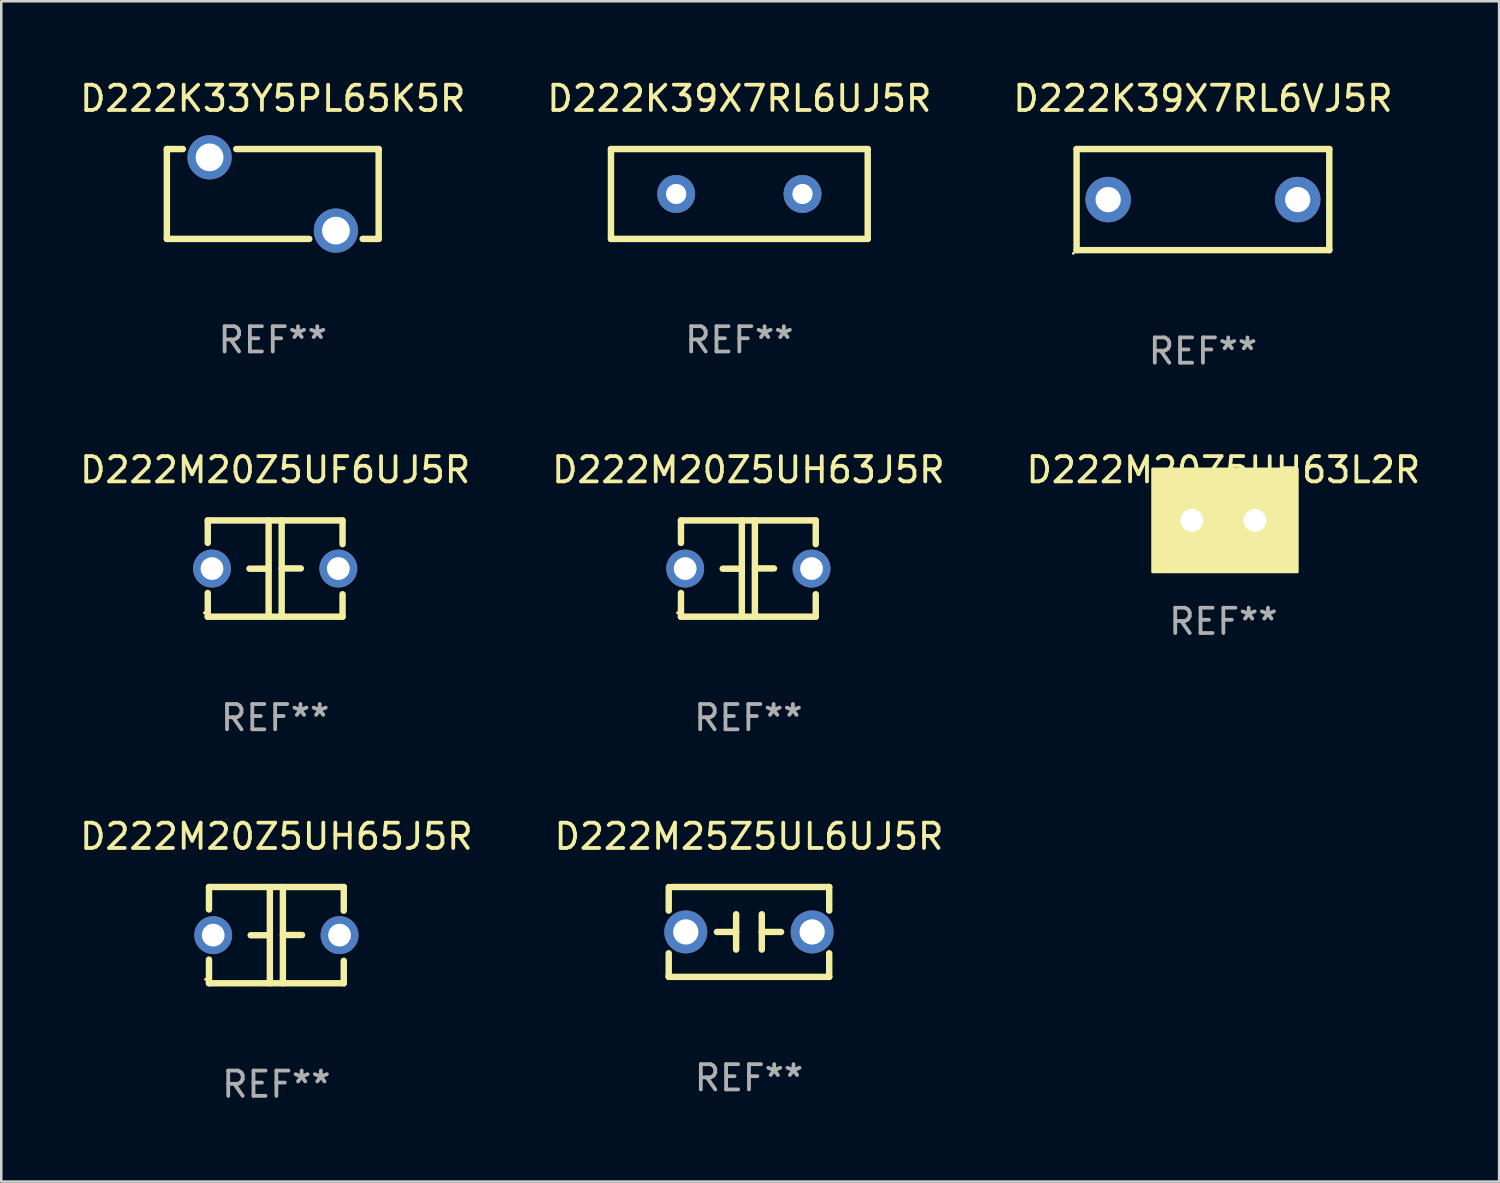
<source format=kicad_pcb>
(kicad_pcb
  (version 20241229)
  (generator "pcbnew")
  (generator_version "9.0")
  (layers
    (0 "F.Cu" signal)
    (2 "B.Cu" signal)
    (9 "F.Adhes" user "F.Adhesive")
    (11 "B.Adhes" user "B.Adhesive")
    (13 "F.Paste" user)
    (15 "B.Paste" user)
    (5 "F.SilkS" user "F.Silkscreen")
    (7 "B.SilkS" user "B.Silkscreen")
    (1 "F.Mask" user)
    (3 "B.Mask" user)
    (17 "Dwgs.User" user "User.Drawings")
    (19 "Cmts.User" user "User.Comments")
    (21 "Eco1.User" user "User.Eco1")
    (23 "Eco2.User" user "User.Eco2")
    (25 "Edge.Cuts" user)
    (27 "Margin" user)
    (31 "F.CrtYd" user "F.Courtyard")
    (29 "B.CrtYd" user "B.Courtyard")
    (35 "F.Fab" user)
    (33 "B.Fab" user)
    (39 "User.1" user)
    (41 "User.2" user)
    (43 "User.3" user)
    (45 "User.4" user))
  (footprint "D222M20Z5UH65J5R"
    (layer "F.Cu")
    (at 7.887 33.956)
    (property "Reference" "D222M20Z5UH65J5R" (at 0 -3.905 0) (layer "F.SilkS") (effects (font (size 1 1) (thickness 0.15))))
    (attr through_hole)
    (fp_line (start -2.667 -1.905) (end -2.667 -1.016) (stroke (width 0.254) (type solid)) (layer "F.SilkS"))
    (fp_line (start -2.667 0.967) (end -2.667 1.905) (stroke (width 0.254) (type solid)) (layer "F.SilkS"))
    (fp_line (start -2.667 1.905) (end 2.667 1.905) (stroke (width 0.254) (type solid)) (layer "F.SilkS"))
    (fp_line (start -0.258 0.005) (end -1.016 0.005) (stroke (width 0.254) (type solid)) (layer "F.SilkS"))
    (fp_line (start -0.258 1.905) (end -0.258 -1.905) (stroke (width 0.254) (type solid)) (layer "F.SilkS"))
    (fp_line (start 0.258 -1.905) (end 0.258 1.905) (stroke (width 0.254) (type solid)) (layer "F.SilkS"))
    (fp_line (start 0.258 -0.005) (end 1.016 -0.005) (stroke (width 0.254) (type solid)) (layer "F.SilkS"))
    (fp_line (start 2.667 -1.905) (end -2.667 -1.905) (stroke (width 0.254) (type solid)) (layer "F.SilkS"))
    (fp_line (start 2.667 -0.967) (end 2.667 -1.905) (stroke (width 0.254) (type solid)) (layer "F.SilkS"))
    (fp_line (start 2.667 1.905) (end 2.667 1.016) (stroke (width 0.254) (type solid)) (layer "F.SilkS"))
    (fp_circle (center -2.8 1.75) (end -2.77 1.75) (stroke (width 0.06) (type solid)) (fill no) (layer "F.SilkS"))
    (fp_text user "REF**" (at 0 5.905 0) (layer "F.Fab") (effects (font (size 1 1) (thickness 0.15))))
    (pad "1" thru_hole circle (at -2.5 0) (size 1.5 1.5) (drill 0.9) (layers "*.Cu" "*.Mask"))
    (pad "2" thru_hole circle (at 2.5 0) (size 1.5 1.5) (drill 0.9) (layers "*.Cu" "*.Mask")))
  (footprint "D222M20Z5UH63L2R"
    (layer "F.Cu")
    (at 45.363 17.545)
    (property "Reference" "D222M20Z5UH63L2R" (at 0 -2 0) (layer "F.SilkS") (effects (font (size 1 1) (thickness 0.15))))
    (attr through_hole)
    (fp_circle (center -2.5 1.75) (end -2.47 1.75) (stroke (width 0.06) (type solid)) (fill no) (layer "F.SilkS"))
    (fp_poly (pts (xy -2.794 -2.032) (xy 2.921 -2.032) (xy 2.921 2.032) (xy -2.794 2.032)) (stroke (width 0.12) (type solid)) (fill yes) (layer "F.SilkS"))
    (fp_text user "REF**" (at 0 4 0) (layer "F.Fab") (effects (font (size 1 1) (thickness 0.15))))
    (pad "1" thru_hole circle (at -1.25 0) (size 1.5 1.5) (drill 0.9) (layers "*.Cu" "*.Mask"))
    (pad "2" thru_hole circle (at 1.25 0) (size 1.5 1.5) (drill 0.9) (layers "*.Cu" "*.Mask")))
  (footprint "D222M25Z5UL6UJ5R"
    (layer "F.Cu")
    (at 26.589 33.829)
    (property "Reference" "D222M25Z5UL6UJ5R" (at 0 -3.778 0) (layer "F.SilkS") (effects (font (size 1 1) (thickness 0.15))))
    (attr through_hole)
    (fp_line (start -3.175 -1.778) (end -3.175 -0.844) (stroke (width 0.254) (type solid)) (layer "F.SilkS"))
    (fp_line (start -3.175 0.844) (end -3.175 1.778) (stroke (width 0.254) (type solid)) (layer "F.SilkS"))
    (fp_line (start -3.175 1.778) (end 3.175 1.778) (stroke (width 0.254) (type solid)) (layer "F.SilkS"))
    (fp_line (start -0.508 -0.699) (end -0.508 0.699) (stroke (width 0.254) (type solid)) (layer "F.SilkS"))
    (fp_line (start -0.508 0.001) (end -1.27 0.001) (stroke (width 0.254) (type solid)) (layer "F.SilkS"))
    (fp_line (start 0.508 0.001) (end 1.27 0.001) (stroke (width 0.254) (type solid)) (layer "F.SilkS"))
    (fp_line (start 0.508 0.699) (end 0.508 -0.699) (stroke (width 0.254) (type solid)) (layer "F.SilkS"))
    (fp_line (start 3.175 -1.778) (end -3.048 -1.778) (stroke (width 0.254) (type solid)) (layer "F.SilkS"))
    (fp_line (start 3.175 -0.844) (end 3.175 -1.778) (stroke (width 0.254) (type solid)) (layer "F.SilkS"))
    (fp_line (start 3.175 1.778) (end 3.175 0.844) (stroke (width 0.254) (type solid)) (layer "F.SilkS"))
    (fp_circle (center -3.25 1.75) (end -3.22 1.75) (stroke (width 0.06) (type solid)) (fill no) (layer "F.SilkS"))
    (fp_text user "REF**" (at 0 5.778 0) (layer "F.Fab") (effects (font (size 1 1) (thickness 0.15))))
    (pad "1" thru_hole circle (at -2.5 0) (size 1.7 1.7) (drill 1) (layers "*.Cu" "*.Mask"))
    (pad "2" thru_hole circle (at 2.5 0) (size 1.7 1.7) (drill 1) (layers "*.Cu" "*.Mask")))
  (footprint "D222K33Y5PL65K5R"
    (layer "F.Cu")
    (at 7.744 4.626)
    (property "Reference" "D222K33Y5PL65K5R" (at 0 -3.778 0) (layer "F.SilkS") (effects (font (size 1 1) (thickness 0.15))))
    (attr through_hole)
    (fp_line (start -4.191 -1.778) (end -3.556 -1.778) (stroke (width 0.254) (type solid)) (layer "F.SilkS"))
    (fp_line (start -4.191 1.778) (end -4.191 -1.778) (stroke (width 0.254) (type solid)) (layer "F.SilkS"))
    (fp_line (start -1.444 -1.778) (end 4.191 -1.778) (stroke (width 0.254) (type solid)) (layer "F.SilkS"))
    (fp_line (start 1.444 1.778) (end -4.191 1.778) (stroke (width 0.254) (type solid)) (layer "F.SilkS"))
    (fp_line (start 4.191 -1.778) (end 4.191 1.778) (stroke (width 0.254) (type solid)) (layer "F.SilkS"))
    (fp_line (start 4.191 1.778) (end 3.556 1.778) (stroke (width 0.254) (type solid)) (layer "F.SilkS"))
    (fp_circle (center -4.25 1.75) (end -4.22 1.75) (stroke (width 0.06) (type solid)) (fill no) (layer "F.SilkS"))
    (fp_text user "REF**" (at 0 5.778 0) (layer "F.Fab") (effects (font (size 1 1) (thickness 0.15))))
    (pad "1" thru_hole circle (at -2.5 -1.45) (size 1.75 1.75) (drill 1.1) (layers "*.Cu" "*.Mask"))
    (pad "2" thru_hole circle (at 2.5 1.45) (size 1.75 1.75) (drill 1.1) (layers "*.Cu" "*.Mask")))
  (footprint "D222K39X7RL6UJ5R"
    (layer "F.Cu")
    (at 26.208 4.626)
    (property "Reference" "D222K39X7RL6UJ5R" (at 0 -3.778 0) (layer "F.SilkS") (effects (font (size 1 1) (thickness 0.15))))
    (attr through_hole)
    (fp_line (start -5.08 -1.778) (end 5.08 -1.778) (stroke (width 0.254) (type solid)) (layer "F.SilkS"))
    (fp_line (start -5.08 1.778) (end -5.08 -1.778) (stroke (width 0.254) (type solid)) (layer "F.SilkS"))
    (fp_line (start 5.08 -1.778) (end 5.08 1.778) (stroke (width 0.254) (type solid)) (layer "F.SilkS"))
    (fp_line (start 5.08 1.778) (end -5.08 1.778) (stroke (width 0.254) (type solid)) (layer "F.SilkS"))
    (fp_circle (center -5 1.75) (end -4.97 1.75) (stroke (width 0.06) (type solid)) (fill no) (layer "F.SilkS"))
    (fp_text user "REF**" (at 0 5.778 0) (layer "F.Fab") (effects (font (size 1 1) (thickness 0.15))))
    (pad "1" thru_hole circle (at -2.5 0) (size 1.5 1.5) (drill 0.8) (layers "*.Cu" "*.Mask"))
    (pad "2" thru_hole circle (at 2.5 0) (size 1.5 1.5) (drill 0.8) (layers "*.Cu" "*.Mask")))
  (footprint "D222M20Z5UH63J5R"
    (layer "F.Cu")
    (at 26.565 19.45)
    (property "Reference" "D222M20Z5UH63J5R" (at 0 -3.905 0) (layer "F.SilkS") (effects (font (size 1 1) (thickness 0.15))))
    (attr through_hole)
    (fp_line (start -2.667 -1.905) (end -2.667 -1.016) (stroke (width 0.254) (type solid)) (layer "F.SilkS"))
    (fp_line (start -2.667 0.967) (end -2.667 1.905) (stroke (width 0.254) (type solid)) (layer "F.SilkS"))
    (fp_line (start -2.667 1.905) (end 2.667 1.905) (stroke (width 0.254) (type solid)) (layer "F.SilkS"))
    (fp_line (start -0.258 0.005) (end -1.016 0.005) (stroke (width 0.254) (type solid)) (layer "F.SilkS"))
    (fp_line (start -0.258 1.905) (end -0.258 -1.905) (stroke (width 0.254) (type solid)) (layer "F.SilkS"))
    (fp_line (start 0.258 -1.905) (end 0.258 1.905) (stroke (width 0.254) (type solid)) (layer "F.SilkS"))
    (fp_line (start 0.258 -0.005) (end 1.016 -0.005) (stroke (width 0.254) (type solid)) (layer "F.SilkS"))
    (fp_line (start 2.667 -1.905) (end -2.667 -1.905) (stroke (width 0.254) (type solid)) (layer "F.SilkS"))
    (fp_line (start 2.667 -0.967) (end 2.667 -1.905) (stroke (width 0.254) (type solid)) (layer "F.SilkS"))
    (fp_line (start 2.667 1.905) (end 2.667 1.016) (stroke (width 0.254) (type solid)) (layer "F.SilkS"))
    (fp_circle (center -2.8 1.75) (end -2.77 1.75) (stroke (width 0.06) (type solid)) (fill no) (layer "F.SilkS"))
    (fp_text user "REF**" (at 0 5.905 0) (layer "F.Fab") (effects (font (size 1 1) (thickness 0.15))))
    (pad "1" thru_hole circle (at -2.5 0) (size 1.5 1.5) (drill 0.9) (layers "*.Cu" "*.Mask"))
    (pad "2" thru_hole circle (at 2.5 0) (size 1.5 1.5) (drill 0.9) (layers "*.Cu" "*.Mask")))
  (footprint "D222M20Z5UF6UJ5R"
    (layer "F.Cu")
    (at 7.839 19.45)
    (property "Reference" "D222M20Z5UF6UJ5R" (at 0 -3.905 0) (layer "F.SilkS") (effects (font (size 1 1) (thickness 0.15))))
    (attr through_hole)
    (fp_line (start -2.667 -1.905) (end -2.667 -1.016) (stroke (width 0.254) (type solid)) (layer "F.SilkS"))
    (fp_line (start -2.667 0.967) (end -2.667 1.905) (stroke (width 0.254) (type solid)) (layer "F.SilkS"))
    (fp_line (start -2.667 1.905) (end 2.667 1.905) (stroke (width 0.254) (type solid)) (layer "F.SilkS"))
    (fp_line (start -0.258 0.005) (end -1.016 0.005) (stroke (width 0.254) (type solid)) (layer "F.SilkS"))
    (fp_line (start -0.258 1.905) (end -0.258 -1.905) (stroke (width 0.254) (type solid)) (layer "F.SilkS"))
    (fp_line (start 0.258 -1.905) (end 0.258 1.905) (stroke (width 0.254) (type solid)) (layer "F.SilkS"))
    (fp_line (start 0.258 -0.005) (end 1.016 -0.005) (stroke (width 0.254) (type solid)) (layer "F.SilkS"))
    (fp_line (start 2.667 -1.905) (end -2.667 -1.905) (stroke (width 0.254) (type solid)) (layer "F.SilkS"))
    (fp_line (start 2.667 -0.967) (end 2.667 -1.905) (stroke (width 0.254) (type solid)) (layer "F.SilkS"))
    (fp_line (start 2.667 1.905) (end 2.667 1.016) (stroke (width 0.254) (type solid)) (layer "F.SilkS"))
    (fp_circle (center -2.8 1.75) (end -2.77 1.75) (stroke (width 0.06) (type solid)) (fill no) (layer "F.SilkS"))
    (fp_text user "REF**" (at 0 5.905 0) (layer "F.Fab") (effects (font (size 1 1) (thickness 0.15))))
    (pad "1" thru_hole circle (at -2.5 0) (size 1.5 1.5) (drill 0.9) (layers "*.Cu" "*.Mask"))
    (pad "2" thru_hole circle (at 2.5 0) (size 1.5 1.5) (drill 0.9) (layers "*.Cu" "*.Mask")))
  (footprint "D222K39X7RL6VJ5R"
    (layer "F.Cu")
    (at 44.554 4.848)
    (property "Reference" "D222K39X7RL6VJ5R" (at 0 -4 0) (layer "F.SilkS") (effects (font (size 1 1) (thickness 0.15))))
    (attr through_hole)
    (fp_line (start -5 -2) (end 5 -2) (stroke (width 0.254) (type solid)) (layer "F.SilkS"))
    (fp_line (start -5 2) (end -5 -2) (stroke (width 0.254) (type solid)) (layer "F.SilkS"))
    (fp_line (start 5 -2) (end 5 2) (stroke (width 0.254) (type solid)) (layer "F.SilkS"))
    (fp_line (start 5 2) (end -5 2) (stroke (width 0.254) (type solid)) (layer "F.SilkS"))
    (fp_circle (center -5.127 2.127) (end -5.097 2.127) (stroke (width 0.06) (type solid)) (fill no) (layer "F.SilkS"))
    (fp_text user "REF**" (at 0 6 0) (layer "F.Fab") (effects (font (size 1 1) (thickness 0.15))))
    (pad "1" thru_hole circle (at -3.75 0) (size 1.8 1.8) (drill 1) (layers "*.Cu" "*.Mask"))
    (pad "2" thru_hole circle (at 3.75 0) (size 1.8 1.8) (drill 1) (layers "*.Cu" "*.Mask")))
  (gr_rect
    (start -3 -3)
    (end 56.274 43.71)
    (stroke (width 0.1) (type default))
    (fill no)
    (layer "Edge.Cuts")))
</source>
